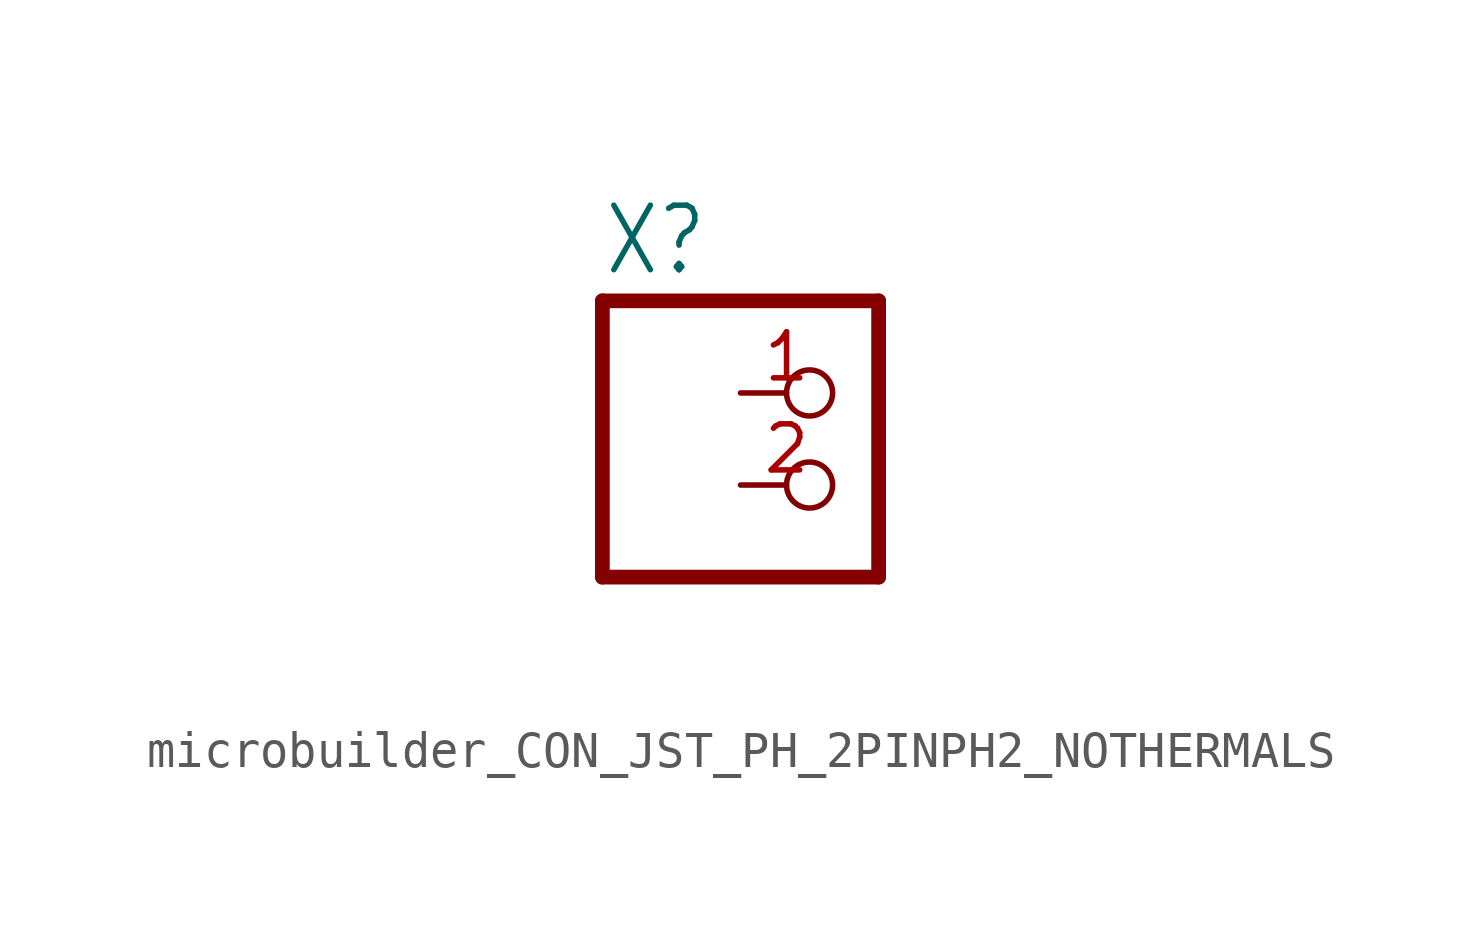
<source format=kicad_sym>
(kicad_symbol_lib
  (version 20231120)
  (generator "kicad_symbol_editor")
  (generator_version "8.0")
  (symbol "microbuilder_CON_JST_PH_2PINPH2_NOTHERMALS"
    (property "Reference" "X"
      (at -6.35 5.715 0)
      (effects (font (size 1.778 1.511)) (justify left bottom)))
    (property "Value" ""
      (at -6.35 -5.08 0)
      (effects (font (size 1.778 1.511)) (justify left bottom)))
    (property "ki_locked" ""
      (at 0 0 0)
      (effects (font (size 1.27 1.27))))
    (symbol "microbuilder_CON_JST_PH_2PINPH2_NOTHERMALS_1_0"
      (polyline (pts (xy -6.35 -2.54) (xy 1.27 -2.54)) (stroke (width 0.406) (type solid)) (fill (type none)))
      (polyline (pts (xy -6.35 5.08) (xy -6.35 -2.54)) (stroke (width 0.406) (type solid)) (fill (type none)))
      (polyline (pts (xy 1.27 -2.54) (xy 1.27 5.08)) (stroke (width 0.406) (type solid)) (fill (type none)))
      (polyline (pts (xy 1.27 5.08) (xy -6.35 5.08)) (stroke (width 0.406) (type solid)) (fill (type none)))
      (pin passive inverted (at -2.54 2.54 0) (length 2.54) (name "1" (effects (font (size 0 0)))) (number "1" (effects (font (size 1.27 1.27)))))
      (pin passive inverted (at -2.54 0 0) (length 2.54) (name "2" (effects (font (size 0 0)))) (number "2" (effects (font (size 1.27 1.27))))))))
</source>
